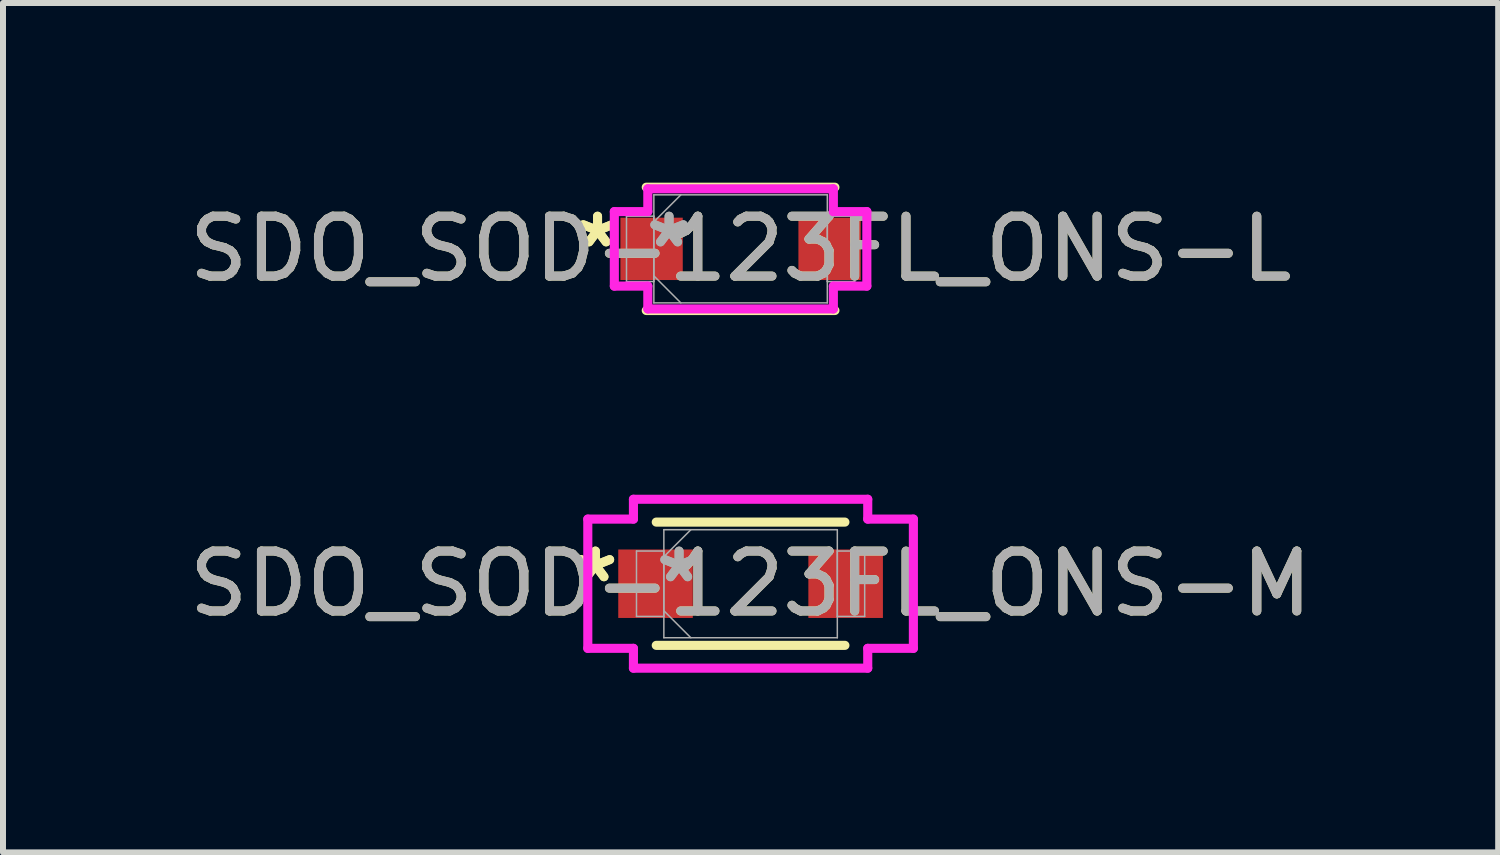
<source format=kicad_pcb>
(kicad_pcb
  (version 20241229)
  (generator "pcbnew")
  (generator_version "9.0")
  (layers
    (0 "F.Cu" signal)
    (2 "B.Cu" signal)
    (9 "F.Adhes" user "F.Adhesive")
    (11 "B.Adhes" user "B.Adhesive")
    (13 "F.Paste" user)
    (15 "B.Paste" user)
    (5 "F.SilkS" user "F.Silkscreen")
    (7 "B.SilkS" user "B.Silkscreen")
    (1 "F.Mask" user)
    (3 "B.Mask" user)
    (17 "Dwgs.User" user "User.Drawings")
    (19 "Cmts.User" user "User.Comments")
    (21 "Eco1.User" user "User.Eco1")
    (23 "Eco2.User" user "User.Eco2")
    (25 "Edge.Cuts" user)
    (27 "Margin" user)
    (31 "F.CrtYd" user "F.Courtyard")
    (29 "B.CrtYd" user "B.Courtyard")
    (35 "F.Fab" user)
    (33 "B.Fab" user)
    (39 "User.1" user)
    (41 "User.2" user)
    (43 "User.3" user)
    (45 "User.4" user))
  (footprint "SDO_SOD-123FL_ONS-M"
    (layer "F.Cu")
    (at 9.482 6.696)
    (property "Reference" "SDO_SOD-123FL_ONS-M" (at 0 0 0) (unlocked yes) (layer "F.SilkS") (effects (font (size 1 1) (thickness 0.15))))
    (attr smd)
    (fp_line (start -1.575 1.029) (end 1.575 1.029) (stroke (width 0.152) (type solid)) (layer "F.SilkS"))
    (fp_line (start 1.575 -1.029) (end -1.575 -1.029) (stroke (width 0.152) (type solid)) (layer "F.SilkS"))
    (fp_line (start -2.718 -1.079) (end -1.956 -1.079) (stroke (width 0.152) (type solid)) (layer "F.CrtYd"))
    (fp_line (start -2.718 1.079) (end -2.718 -1.079) (stroke (width 0.152) (type solid)) (layer "F.CrtYd"))
    (fp_line (start -1.956 -1.41) (end 1.956 -1.41) (stroke (width 0.152) (type solid)) (layer "F.CrtYd"))
    (fp_line (start -1.956 -1.079) (end -1.956 -1.41) (stroke (width 0.152) (type solid)) (layer "F.CrtYd"))
    (fp_line (start -1.956 1.079) (end -2.718 1.079) (stroke (width 0.152) (type solid)) (layer "F.CrtYd"))
    (fp_line (start -1.956 1.41) (end -1.956 1.079) (stroke (width 0.152) (type solid)) (layer "F.CrtYd"))
    (fp_line (start 1.956 -1.41) (end 1.956 -1.079) (stroke (width 0.152) (type solid)) (layer "F.CrtYd"))
    (fp_line (start 1.956 -1.079) (end 2.718 -1.079) (stroke (width 0.152) (type solid)) (layer "F.CrtYd"))
    (fp_line (start 1.956 1.079) (end 1.956 1.41) (stroke (width 0.152) (type solid)) (layer "F.CrtYd"))
    (fp_line (start 1.956 1.41) (end -1.956 1.41) (stroke (width 0.152) (type solid)) (layer "F.CrtYd"))
    (fp_line (start 2.718 -1.079) (end 2.718 1.079) (stroke (width 0.152) (type solid)) (layer "F.CrtYd"))
    (fp_line (start 2.718 1.079) (end 1.956 1.079) (stroke (width 0.152) (type solid)) (layer "F.CrtYd"))
    (fp_line (start -1.905 -0.546) (end -1.905 0.546) (stroke (width 0.025) (type solid)) (layer "F.Fab"))
    (fp_line (start -1.905 0.546) (end -1.448 0.546) (stroke (width 0.025) (type solid)) (layer "F.Fab"))
    (fp_line (start -1.448 -0.902) (end -1.448 0.902) (stroke (width 0.025) (type solid)) (layer "F.Fab"))
    (fp_line (start -1.448 -0.546) (end -1.905 -0.546) (stroke (width 0.025) (type solid)) (layer "F.Fab"))
    (fp_line (start -1.448 -0.451) (end -0.997 -0.902) (stroke (width 0.025) (type solid)) (layer "F.Fab"))
    (fp_line (start -1.448 0.451) (end -0.997 0.902) (stroke (width 0.025) (type solid)) (layer "F.Fab"))
    (fp_line (start -1.448 0.546) (end -1.448 -0.546) (stroke (width 0.025) (type solid)) (layer "F.Fab"))
    (fp_line (start -1.448 0.902) (end 1.448 0.902) (stroke (width 0.025) (type solid)) (layer "F.Fab"))
    (fp_line (start 1.448 -0.902) (end -1.448 -0.902) (stroke (width 0.025) (type solid)) (layer "F.Fab"))
    (fp_line (start 1.448 -0.546) (end 1.448 0.546) (stroke (width 0.025) (type solid)) (layer "F.Fab"))
    (fp_line (start 1.448 0.546) (end 1.905 0.546) (stroke (width 0.025) (type solid)) (layer "F.Fab"))
    (fp_line (start 1.448 0.902) (end 1.448 -0.902) (stroke (width 0.025) (type solid)) (layer "F.Fab"))
    (fp_line (start 1.905 -0.546) (end 1.448 -0.546) (stroke (width 0.025) (type solid)) (layer "F.Fab"))
    (fp_line (start 1.905 0.546) (end 1.905 -0.546) (stroke (width 0.025) (type solid)) (layer "F.Fab"))
    (fp_text user "*" (at -2.591 0 0) (layer "F.SilkS") (effects (font (size 1 1) (thickness 0.15))))
    (fp_text user "*" (at -2.591 0 0) (unlocked yes) (layer "F.SilkS") (effects (font (size 1 1) (thickness 0.15))))
    (fp_text user "${REFERENCE}" (at 0 0 0) (unlocked yes) (layer "F.Fab") (effects (font (size 1 1) (thickness 0.15))))
    (fp_text user "*" (at -1.194 0 0) (unlocked yes) (layer "F.Fab") (effects (font (size 1 1) (thickness 0.15))))
    (fp_text user "*" (at -1.194 0 0) (layer "F.Fab") (effects (font (size 1 1) (thickness 0.15))))
    (pad "1" smd rect (at -1.587 0) (size 1.245 1.143) (layers "F.Cu" "F.Mask" "F.Paste"))
    (pad "2" smd rect (at 1.587 0) (size 1.245 1.143) (layers "F.Cu" "F.Mask" "F.Paste"))
    (zone (net_name "") (layer "F.Cu") (hatch full 0.508) (connect_pads) (min_thickness 0.254) (filled_areas_thickness no) (keepout (tracks not_allowed) (vias not_allowed) (pads allowed) (copperpour not_allowed) (footprints allowed)) (placement (enabled no)) (fill) (polygon (pts (xy 8.568 5.845) (xy 10.397 5.845) (xy 10.397 7.547) (xy 8.568 7.547)))))
  (footprint "SDO_SOD-123FL_ONS-L"
    (layer "F.Cu")
    (at 9.315 1.105)
    (property "Reference" "SDO_SOD-123FL_ONS-L" (at 0 0 0) (unlocked yes) (layer "F.SilkS") (effects (font (size 1 1) (thickness 0.15))))
    (attr smd)
    (fp_line (start -1.575 1.029) (end 1.575 1.029) (stroke (width 0.152) (type solid)) (layer "F.SilkS"))
    (fp_line (start 1.575 -1.029) (end -1.575 -1.029) (stroke (width 0.152) (type solid)) (layer "F.SilkS"))
    (fp_line (start -2.108 -0.622) (end -1.549 -0.622) (stroke (width 0.152) (type solid)) (layer "F.CrtYd"))
    (fp_line (start -2.108 0.622) (end -2.108 -0.622) (stroke (width 0.152) (type solid)) (layer "F.CrtYd"))
    (fp_line (start -1.549 -1.003) (end 1.549 -1.003) (stroke (width 0.152) (type solid)) (layer "F.CrtYd"))
    (fp_line (start -1.549 -0.622) (end -1.549 -1.003) (stroke (width 0.152) (type solid)) (layer "F.CrtYd"))
    (fp_line (start -1.549 0.622) (end -2.108 0.622) (stroke (width 0.152) (type solid)) (layer "F.CrtYd"))
    (fp_line (start -1.549 1.003) (end -1.549 0.622) (stroke (width 0.152) (type solid)) (layer "F.CrtYd"))
    (fp_line (start 1.549 -1.003) (end 1.549 -0.622) (stroke (width 0.152) (type solid)) (layer "F.CrtYd"))
    (fp_line (start 1.549 -0.622) (end 2.108 -0.622) (stroke (width 0.152) (type solid)) (layer "F.CrtYd"))
    (fp_line (start 1.549 0.622) (end 1.549 1.003) (stroke (width 0.152) (type solid)) (layer "F.CrtYd"))
    (fp_line (start 1.549 1.003) (end -1.549 1.003) (stroke (width 0.152) (type solid)) (layer "F.CrtYd"))
    (fp_line (start 2.108 -0.622) (end 2.108 0.622) (stroke (width 0.152) (type solid)) (layer "F.CrtYd"))
    (fp_line (start 2.108 0.622) (end 1.549 0.622) (stroke (width 0.152) (type solid)) (layer "F.CrtYd"))
    (fp_line (start -1.905 -0.546) (end -1.905 0.546) (stroke (width 0.025) (type solid)) (layer "F.Fab"))
    (fp_line (start -1.905 0.546) (end -1.448 0.546) (stroke (width 0.025) (type solid)) (layer "F.Fab"))
    (fp_line (start -1.448 -0.902) (end -1.448 0.902) (stroke (width 0.025) (type solid)) (layer "F.Fab"))
    (fp_line (start -1.448 -0.546) (end -1.905 -0.546) (stroke (width 0.025) (type solid)) (layer "F.Fab"))
    (fp_line (start -1.448 -0.451) (end -0.997 -0.902) (stroke (width 0.025) (type solid)) (layer "F.Fab"))
    (fp_line (start -1.448 0.451) (end -0.997 0.902) (stroke (width 0.025) (type solid)) (layer "F.Fab"))
    (fp_line (start -1.448 0.546) (end -1.448 -0.546) (stroke (width 0.025) (type solid)) (layer "F.Fab"))
    (fp_line (start -1.448 0.902) (end 1.448 0.902) (stroke (width 0.025) (type solid)) (layer "F.Fab"))
    (fp_line (start 1.448 -0.902) (end -1.448 -0.902) (stroke (width 0.025) (type solid)) (layer "F.Fab"))
    (fp_line (start 1.448 -0.546) (end 1.448 0.546) (stroke (width 0.025) (type solid)) (layer "F.Fab"))
    (fp_line (start 1.448 0.546) (end 1.905 0.546) (stroke (width 0.025) (type solid)) (layer "F.Fab"))
    (fp_line (start 1.448 0.902) (end 1.448 -0.902) (stroke (width 0.025) (type solid)) (layer "F.Fab"))
    (fp_line (start 1.905 -0.546) (end 1.448 -0.546) (stroke (width 0.025) (type solid)) (layer "F.Fab"))
    (fp_line (start 1.905 0.546) (end 1.905 -0.546) (stroke (width 0.025) (type solid)) (layer "F.Fab"))
    (fp_text user "*" (at -2.388 0 0) (unlocked yes) (layer "F.SilkS") (effects (font (size 1 1) (thickness 0.15))))
    (fp_text user "*" (at -2.388 0 0) (layer "F.SilkS") (effects (font (size 1 1) (thickness 0.15))))
    (fp_text user "*" (at -1.194 0 0) (layer "F.Fab") (effects (font (size 1 1) (thickness 0.15))))
    (fp_text user "*" (at -1.194 0 0) (unlocked yes) (layer "F.Fab") (effects (font (size 1 1) (thickness 0.15))))
    (fp_text user "${REFERENCE}" (at 0 0 0) (unlocked yes) (layer "F.Fab") (effects (font (size 1 1) (thickness 0.15))))
    (pad "1" smd rect (at -1.486 0) (size 1.041 1.041) (layers "F.Cu" "F.Mask" "F.Paste"))
    (pad "2" smd rect (at 1.486 0) (size 1.041 1.041) (layers "F.Cu" "F.Mask" "F.Paste"))
    (zone (net_name "") (layer "F.Cu") (hatch full 0.508) (connect_pads) (min_thickness 0.254) (filled_areas_thickness no) (keepout (tracks not_allowed) (vias not_allowed) (pads allowed) (copperpour not_allowed) (footprints allowed)) (placement (enabled no)) (fill) (polygon (pts (xy 8.401 0.254) (xy 10.23 0.254) (xy 10.23 1.956) (xy 8.401 1.956)))))
  (gr_rect
    (start -3 -3)
    (end 21.964 11.182)
    (stroke (width 0.1) (type default))
    (fill no)
    (layer "Edge.Cuts")))
</source>
